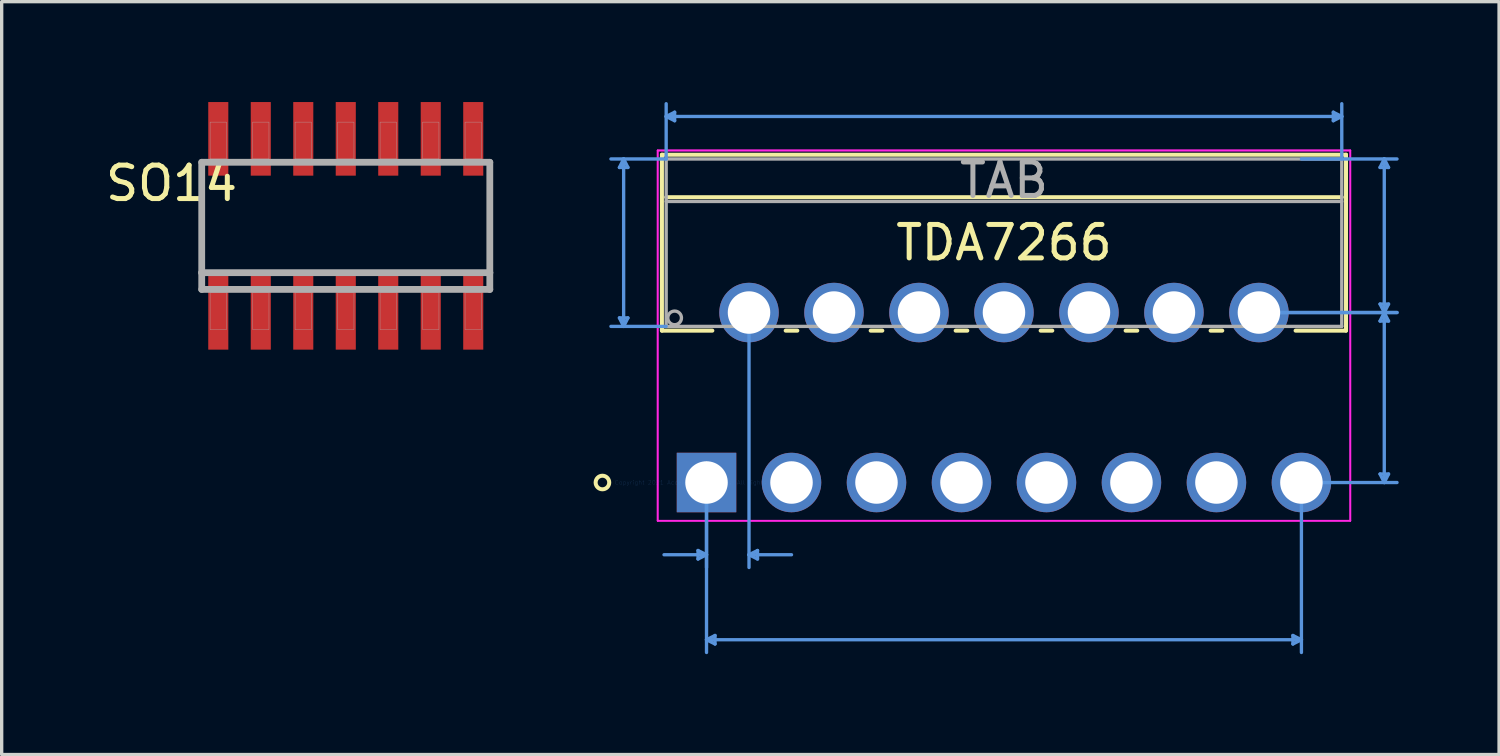
<source format=kicad_pcb>
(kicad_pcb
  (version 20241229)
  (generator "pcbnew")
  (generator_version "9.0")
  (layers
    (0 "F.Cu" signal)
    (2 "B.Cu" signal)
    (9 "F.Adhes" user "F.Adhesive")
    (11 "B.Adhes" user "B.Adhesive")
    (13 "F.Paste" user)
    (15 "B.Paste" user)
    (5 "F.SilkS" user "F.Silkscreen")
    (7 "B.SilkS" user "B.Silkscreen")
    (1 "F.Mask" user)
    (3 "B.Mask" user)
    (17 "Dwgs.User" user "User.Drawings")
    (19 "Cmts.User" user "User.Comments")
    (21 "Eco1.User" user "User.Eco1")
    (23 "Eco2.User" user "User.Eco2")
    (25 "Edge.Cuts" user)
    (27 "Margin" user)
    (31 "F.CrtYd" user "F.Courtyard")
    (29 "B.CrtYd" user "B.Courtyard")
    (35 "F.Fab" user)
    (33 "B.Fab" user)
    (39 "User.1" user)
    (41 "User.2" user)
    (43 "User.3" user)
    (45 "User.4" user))
  (footprint "SO14"
    (layer "F.Cu")
    (at 7.284 3.7)
    (property "Reference" "SO14" (at -5.207 -1.27 180) (layer "F.SilkS") (effects (font (size 1 1) (thickness 0.15))))
    (attr through_hole)
    (fp_line (start -4.305 -1.9) (end 4.305 -1.9) (stroke (width 0.203) (type solid)) (layer "F.Fab"))
    (fp_line (start -4.305 1.4) (end -4.305 -1.9) (stroke (width 0.203) (type solid)) (layer "F.Fab"))
    (fp_line (start -4.305 1.9) (end -4.305 1.4) (stroke (width 0.203) (type solid)) (layer "F.Fab"))
    (fp_line (start 4.305 -1.9) (end 4.305 1.4) (stroke (width 0.203) (type solid)) (layer "F.Fab"))
    (fp_line (start 4.305 1.4) (end -4.305 1.4) (stroke (width 0.203) (type solid)) (layer "F.Fab"))
    (fp_line (start 4.305 1.4) (end 4.305 1.9) (stroke (width 0.203) (type solid)) (layer "F.Fab"))
    (fp_line (start 4.305 1.9) (end -4.305 1.9) (stroke (width 0.203) (type solid)) (layer "F.Fab"))
    (fp_poly (pts (xy -4.055 -3.1) (xy -3.565 -3.1) (xy -3.565 -2) (xy -4.055 -2)) (stroke (width 0.01) (type solid)) (fill no) (layer "F.Fab"))
    (fp_poly (pts (xy -4.055 2) (xy -3.565 2) (xy -3.565 3.1) (xy -4.055 3.1)) (stroke (width 0.01) (type solid)) (fill no) (layer "F.Fab"))
    (fp_poly (pts (xy -2.785 -3.1) (xy -2.295 -3.1) (xy -2.295 -2) (xy -2.785 -2)) (stroke (width 0.01) (type solid)) (fill no) (layer "F.Fab"))
    (fp_poly (pts (xy -2.785 2) (xy -2.295 2) (xy -2.295 3.1) (xy -2.785 3.1)) (stroke (width 0.01) (type solid)) (fill no) (layer "F.Fab"))
    (fp_poly (pts (xy -1.515 -3.1) (xy -1.025 -3.1) (xy -1.025 -2) (xy -1.515 -2)) (stroke (width 0.01) (type solid)) (fill no) (layer "F.Fab"))
    (fp_poly (pts (xy -1.515 2) (xy -1.025 2) (xy -1.025 3.1) (xy -1.515 3.1)) (stroke (width 0.01) (type solid)) (fill no) (layer "F.Fab"))
    (fp_poly (pts (xy -0.245 -3.1) (xy 0.245 -3.1) (xy 0.245 -2) (xy -0.245 -2)) (stroke (width 0.01) (type solid)) (fill no) (layer "F.Fab"))
    (fp_poly (pts (xy -0.245 2) (xy 0.245 2) (xy 0.245 3.1) (xy -0.245 3.1)) (stroke (width 0.01) (type solid)) (fill no) (layer "F.Fab"))
    (fp_poly (pts (xy 1.025 -3.1) (xy 1.515 -3.1) (xy 1.515 -2) (xy 1.025 -2)) (stroke (width 0.01) (type solid)) (fill no) (layer "F.Fab"))
    (fp_poly (pts (xy 1.025 2) (xy 1.515 2) (xy 1.515 3.1) (xy 1.025 3.1)) (stroke (width 0.01) (type solid)) (fill no) (layer "F.Fab"))
    (fp_poly (pts (xy 2.295 -3.1) (xy 2.785 -3.1) (xy 2.785 -2) (xy 2.295 -2)) (stroke (width 0.01) (type solid)) (fill no) (layer "F.Fab"))
    (fp_poly (pts (xy 2.295 2) (xy 2.785 2) (xy 2.785 3.1) (xy 2.295 3.1)) (stroke (width 0.01) (type solid)) (fill no) (layer "F.Fab"))
    (fp_poly (pts (xy 3.565 -3.1) (xy 4.055 -3.1) (xy 4.055 -2) (xy 3.565 -2)) (stroke (width 0.01) (type solid)) (fill no) (layer "F.Fab"))
    (fp_poly (pts (xy 3.565 2) (xy 4.055 2) (xy 4.055 3.1) (xy 3.565 3.1)) (stroke (width 0.01) (type solid)) (fill no) (layer "F.Fab"))
    (pad "1" smd rect (at -3.81 2.6) (size 0.6 2.2) (layers "F.Cu" "F.Mask" "F.Paste"))
    (pad "2" smd rect (at -2.54 2.6) (size 0.6 2.2) (layers "F.Cu" "F.Mask" "F.Paste"))
    (pad "3" smd rect (at -1.27 2.6) (size 0.6 2.2) (layers "F.Cu" "F.Mask" "F.Paste"))
    (pad "4" smd rect (at 0 2.6) (size 0.6 2.2) (layers "F.Cu" "F.Mask" "F.Paste"))
    (pad "5" smd rect (at 1.27 2.6) (size 0.6 2.2) (layers "F.Cu" "F.Mask" "F.Paste"))
    (pad "6" smd rect (at 2.54 2.6) (size 0.6 2.2) (layers "F.Cu" "F.Mask" "F.Paste"))
    (pad "7" smd rect (at 3.81 2.6) (size 0.6 2.2) (layers "F.Cu" "F.Mask" "F.Paste"))
    (pad "8" smd rect (at 3.81 -2.6) (size 0.6 2.2) (layers "F.Cu" "F.Mask" "F.Paste"))
    (pad "9" smd rect (at 2.54 -2.6) (size 0.6 2.2) (layers "F.Cu" "F.Mask" "F.Paste"))
    (pad "10" smd rect (at 1.27 -2.6) (size 0.6 2.2) (layers "F.Cu" "F.Mask" "F.Paste"))
    (pad "11" smd rect (at 0 -2.6) (size 0.6 2.2) (layers "F.Cu" "F.Mask" "F.Paste"))
    (pad "12" smd rect (at -1.27 -2.6) (size 0.6 2.2) (layers "F.Cu" "F.Mask" "F.Paste"))
    (pad "13" smd rect (at -2.54 -2.6) (size 0.6 2.2) (layers "F.Cu" "F.Mask" "F.Paste"))
    (pad "14" smd rect (at -3.81 -2.6) (size 0.6 2.2) (layers "F.Cu" "F.Mask" "F.Paste")))
  (footprint "TDA7266"
    (layer "F.Cu")
    (at 18.066 11.371)
    (property "Reference" "TDA7266" (at 8.89 -7.168 0) (layer "F.SilkS") (effects (font (size 1 1) (thickness 0.15))))
    (attr through_hole)
    (fp_line (start -1.333 -9.797) (end -1.333 -4.539) (stroke (width 0.12) (type solid)) (layer "F.SilkS"))
    (fp_line (start -1.333 -4.539) (end 0.174 -4.539) (stroke (width 0.12) (type solid)) (layer "F.SilkS"))
    (fp_line (start -1.206 -8.527) (end 18.986 -8.527) (stroke (width 0.12) (type solid)) (layer "F.SilkS"))
    (fp_line (start 2.366 -4.539) (end 2.714 -4.539) (stroke (width 0.12) (type solid)) (layer "F.SilkS"))
    (fp_line (start 4.906 -4.539) (end 5.254 -4.539) (stroke (width 0.12) (type solid)) (layer "F.SilkS"))
    (fp_line (start 7.446 -4.539) (end 7.794 -4.539) (stroke (width 0.12) (type solid)) (layer "F.SilkS"))
    (fp_line (start 9.986 -4.539) (end 10.334 -4.539) (stroke (width 0.12) (type solid)) (layer "F.SilkS"))
    (fp_line (start 12.526 -4.539) (end 12.874 -4.539) (stroke (width 0.12) (type solid)) (layer "F.SilkS"))
    (fp_line (start 15.066 -4.539) (end 15.414 -4.539) (stroke (width 0.12) (type solid)) (layer "F.SilkS"))
    (fp_line (start 17.606 -4.539) (end 19.113 -4.539) (stroke (width 0.12) (type solid)) (layer "F.SilkS"))
    (fp_line (start 19.113 -9.797) (end -1.333 -9.797) (stroke (width 0.12) (type solid)) (layer "F.SilkS"))
    (fp_line (start 19.113 -4.539) (end 19.113 -9.797) (stroke (width 0.12) (type solid)) (layer "F.SilkS"))
    (fp_circle (center -3.111 0) (end -2.908 0) (stroke (width 0.12) (type solid)) (fill no) (layer "F.SilkS"))
    (fp_line (start -2.603 -9.416) (end -2.349 -9.416) (stroke (width 0.1) (type solid)) (layer "Cmts.User"))
    (fp_line (start -2.603 -4.92) (end -2.349 -4.92) (stroke (width 0.1) (type solid)) (layer "Cmts.User"))
    (fp_line (start -2.477 -9.67) (end -2.603 -9.416) (stroke (width 0.1) (type solid)) (layer "Cmts.User"))
    (fp_line (start -2.477 -9.67) (end -2.477 -4.666) (stroke (width 0.1) (type solid)) (layer "Cmts.User"))
    (fp_line (start -2.477 -9.67) (end -2.349 -9.416) (stroke (width 0.1) (type solid)) (layer "Cmts.User"))
    (fp_line (start -2.477 -4.666) (end -2.603 -4.92) (stroke (width 0.1) (type solid)) (layer "Cmts.User"))
    (fp_line (start -2.477 -4.666) (end -2.349 -4.92) (stroke (width 0.1) (type solid)) (layer "Cmts.User"))
    (fp_line (start -1.206 -10.94) (end -0.953 -11.067) (stroke (width 0.1) (type solid)) (layer "Cmts.User"))
    (fp_line (start -1.206 -10.94) (end -0.953 -10.813) (stroke (width 0.1) (type solid)) (layer "Cmts.User"))
    (fp_line (start -1.206 -10.94) (end 18.986 -10.94) (stroke (width 0.1) (type solid)) (layer "Cmts.User"))
    (fp_line (start -1.206 -9.67) (end -2.857 -9.67) (stroke (width 0.1) (type solid)) (layer "Cmts.User"))
    (fp_line (start -1.206 -9.67) (end -1.206 -11.321) (stroke (width 0.1) (type solid)) (layer "Cmts.User"))
    (fp_line (start -1.206 -4.666) (end -2.857 -4.666) (stroke (width 0.1) (type solid)) (layer "Cmts.User"))
    (fp_line (start -0.953 -11.067) (end -0.953 -10.813) (stroke (width 0.1) (type solid)) (layer "Cmts.User"))
    (fp_line (start -0.254 2.032) (end -0.254 2.286) (stroke (width 0.1) (type solid)) (layer "Cmts.User"))
    (fp_line (start 0 0) (end 0 2.54) (stroke (width 0.1) (type solid)) (layer "Cmts.User"))
    (fp_line (start 0 0) (end 0 5.08) (stroke (width 0.1) (type solid)) (layer "Cmts.User"))
    (fp_line (start 0 2.159) (end -1.27 2.159) (stroke (width 0.1) (type solid)) (layer "Cmts.User"))
    (fp_line (start 0 2.159) (end -0.254 2.032) (stroke (width 0.1) (type solid)) (layer "Cmts.User"))
    (fp_line (start 0 2.159) (end -0.254 2.286) (stroke (width 0.1) (type solid)) (layer "Cmts.User"))
    (fp_line (start 0 4.699) (end 0.254 4.572) (stroke (width 0.1) (type solid)) (layer "Cmts.User"))
    (fp_line (start 0 4.699) (end 0.254 4.826) (stroke (width 0.1) (type solid)) (layer "Cmts.User"))
    (fp_line (start 0 4.699) (end 17.78 4.699) (stroke (width 0.1) (type solid)) (layer "Cmts.User"))
    (fp_line (start 0.254 4.572) (end 0.254 4.826) (stroke (width 0.1) (type solid)) (layer "Cmts.User"))
    (fp_line (start 1.27 -5.08) (end 1.27 2.54) (stroke (width 0.1) (type solid)) (layer "Cmts.User"))
    (fp_line (start 1.27 2.159) (end 1.524 2.032) (stroke (width 0.1) (type solid)) (layer "Cmts.User"))
    (fp_line (start 1.27 2.159) (end 1.524 2.286) (stroke (width 0.1) (type solid)) (layer "Cmts.User"))
    (fp_line (start 1.27 2.159) (end 2.54 2.159) (stroke (width 0.1) (type solid)) (layer "Cmts.User"))
    (fp_line (start 1.524 2.032) (end 1.524 2.286) (stroke (width 0.1) (type solid)) (layer "Cmts.User"))
    (fp_line (start 16.51 -5.08) (end 20.637 -5.08) (stroke (width 0.1) (type solid)) (layer "Cmts.User"))
    (fp_line (start 16.51 -5.08) (end 20.637 -5.08) (stroke (width 0.1) (type solid)) (layer "Cmts.User"))
    (fp_line (start 17.526 4.572) (end 17.526 4.826) (stroke (width 0.1) (type solid)) (layer "Cmts.User"))
    (fp_line (start 17.78 -9.67) (end 20.637 -9.67) (stroke (width 0.1) (type solid)) (layer "Cmts.User"))
    (fp_line (start 17.78 0) (end 17.78 5.08) (stroke (width 0.1) (type solid)) (layer "Cmts.User"))
    (fp_line (start 17.78 0) (end 20.637 0) (stroke (width 0.1) (type solid)) (layer "Cmts.User"))
    (fp_line (start 17.78 4.699) (end 17.526 4.572) (stroke (width 0.1) (type solid)) (layer "Cmts.User"))
    (fp_line (start 17.78 4.699) (end 17.526 4.826) (stroke (width 0.1) (type solid)) (layer "Cmts.User"))
    (fp_line (start 18.733 -11.067) (end 18.733 -10.813) (stroke (width 0.1) (type solid)) (layer "Cmts.User"))
    (fp_line (start 18.986 -10.94) (end 18.733 -11.067) (stroke (width 0.1) (type solid)) (layer "Cmts.User"))
    (fp_line (start 18.986 -10.94) (end 18.733 -10.813) (stroke (width 0.1) (type solid)) (layer "Cmts.User"))
    (fp_line (start 18.986 -9.67) (end 18.986 -11.321) (stroke (width 0.1) (type solid)) (layer "Cmts.User"))
    (fp_line (start 20.13 -9.416) (end 20.384 -9.416) (stroke (width 0.1) (type solid)) (layer "Cmts.User"))
    (fp_line (start 20.13 -5.334) (end 20.384 -5.334) (stroke (width 0.1) (type solid)) (layer "Cmts.User"))
    (fp_line (start 20.13 -4.826) (end 20.384 -4.826) (stroke (width 0.1) (type solid)) (layer "Cmts.User"))
    (fp_line (start 20.13 -0.254) (end 20.384 -0.254) (stroke (width 0.1) (type solid)) (layer "Cmts.User"))
    (fp_line (start 20.256 -9.67) (end 20.13 -9.416) (stroke (width 0.1) (type solid)) (layer "Cmts.User"))
    (fp_line (start 20.256 -9.67) (end 20.256 -5.08) (stroke (width 0.1) (type solid)) (layer "Cmts.User"))
    (fp_line (start 20.256 -9.67) (end 20.384 -9.416) (stroke (width 0.1) (type solid)) (layer "Cmts.User"))
    (fp_line (start 20.256 -5.08) (end 20.13 -5.334) (stroke (width 0.1) (type solid)) (layer "Cmts.User"))
    (fp_line (start 20.256 -5.08) (end 20.13 -4.826) (stroke (width 0.1) (type solid)) (layer "Cmts.User"))
    (fp_line (start 20.256 -5.08) (end 20.256 0) (stroke (width 0.1) (type solid)) (layer "Cmts.User"))
    (fp_line (start 20.256 -5.08) (end 20.384 -5.334) (stroke (width 0.1) (type solid)) (layer "Cmts.User"))
    (fp_line (start 20.256 -5.08) (end 20.384 -4.826) (stroke (width 0.1) (type solid)) (layer "Cmts.User"))
    (fp_line (start 20.256 0) (end 20.13 -0.254) (stroke (width 0.1) (type solid)) (layer "Cmts.User"))
    (fp_line (start 20.256 0) (end 20.384 -0.254) (stroke (width 0.1) (type solid)) (layer "Cmts.User"))
    (fp_line (start -1.46 -9.924) (end -1.46 1.143) (stroke (width 0.05) (type solid)) (layer "F.CrtYd"))
    (fp_line (start -1.46 -9.924) (end -1.46 1.143) (stroke (width 0.05) (type solid)) (layer "F.CrtYd"))
    (fp_line (start -1.46 1.143) (end 19.241 1.143) (stroke (width 0.05) (type solid)) (layer "F.CrtYd"))
    (fp_line (start -1.46 1.143) (end 19.241 1.143) (stroke (width 0.05) (type solid)) (layer "F.CrtYd"))
    (fp_line (start 19.241 -9.924) (end -1.46 -9.924) (stroke (width 0.05) (type solid)) (layer "F.CrtYd"))
    (fp_line (start 19.241 -9.924) (end -1.46 -9.924) (stroke (width 0.05) (type solid)) (layer "F.CrtYd"))
    (fp_line (start 19.241 1.143) (end 19.241 -9.924) (stroke (width 0.05) (type solid)) (layer "F.CrtYd"))
    (fp_line (start 19.241 1.143) (end 19.241 -9.924) (stroke (width 0.05) (type solid)) (layer "F.CrtYd"))
    (fp_line (start -1.206 -9.67) (end -1.206 -4.666) (stroke (width 0.1) (type solid)) (layer "F.Fab"))
    (fp_line (start -1.206 -8.4) (end 18.986 -8.4) (stroke (width 0.1) (type solid)) (layer "F.Fab"))
    (fp_line (start -1.206 -4.666) (end 18.986 -4.666) (stroke (width 0.1) (type solid)) (layer "F.Fab"))
    (fp_line (start 18.986 -9.67) (end -1.206 -9.67) (stroke (width 0.1) (type solid)) (layer "F.Fab"))
    (fp_line (start 18.986 -4.666) (end 18.986 -9.67) (stroke (width 0.1) (type solid)) (layer "F.Fab"))
    (fp_circle (center -0.953 -4.92) (end -0.749 -4.92) (stroke (width 0.1) (type solid)) (fill no) (layer "F.Fab"))
    (fp_text user "*" (at 0 0 0) (layer "F.SilkS") (effects (font (size 1 1) (thickness 0.15))))
    (fp_text user "Copyright 2021 Accelerated Designs. All rights reserved." (at 0 0 0) (layer "Cmts.User") (effects (font (size 0.127 0.127) (thickness 0.002))))
    (fp_text user "*" (at 0 0 0) (layer "F.Fab") (effects (font (size 1 1) (thickness 0.15))))
    (fp_text user "TAB" (at 8.89 -9.035 0) (layer "F.Fab") (effects (font (size 1 1) (thickness 0.15))))
    (pad "1" thru_hole rect (at 0 0) (size 1.778 1.778) (drill 1.27) (layers "*.Cu" "*.Mask"))
    (pad "2" thru_hole circle (at 1.27 -5.08) (size 1.778 1.778) (drill 1.27) (layers "*.Cu" "*.Mask"))
    (pad "3" thru_hole circle (at 2.54 0) (size 1.778 1.778) (drill 1.27) (layers "*.Cu" "*.Mask"))
    (pad "4" thru_hole circle (at 3.81 -5.08) (size 1.778 1.778) (drill 1.27) (layers "*.Cu" "*.Mask"))
    (pad "5" thru_hole circle (at 5.08 0) (size 1.778 1.778) (drill 1.27) (layers "*.Cu" "*.Mask"))
    (pad "6" thru_hole circle (at 6.35 -5.08) (size 1.778 1.778) (drill 1.27) (layers "*.Cu" "*.Mask"))
    (pad "7" thru_hole circle (at 7.62 0) (size 1.778 1.778) (drill 1.27) (layers "*.Cu" "*.Mask"))
    (pad "8" thru_hole circle (at 8.89 -5.08) (size 1.778 1.778) (drill 1.27) (layers "*.Cu" "*.Mask"))
    (pad "9" thru_hole circle (at 10.16 0) (size 1.778 1.778) (drill 1.27) (layers "*.Cu" "*.Mask"))
    (pad "10" thru_hole circle (at 11.43 -5.08) (size 1.778 1.778) (drill 1.27) (layers "*.Cu" "*.Mask"))
    (pad "11" thru_hole circle (at 12.7 0) (size 1.778 1.778) (drill 1.27) (layers "*.Cu" "*.Mask"))
    (pad "12" thru_hole circle (at 13.97 -5.08) (size 1.778 1.778) (drill 1.27) (layers "*.Cu" "*.Mask"))
    (pad "13" thru_hole circle (at 15.24 0) (size 1.778 1.778) (drill 1.27) (layers "*.Cu" "*.Mask"))
    (pad "14" thru_hole circle (at 16.51 -5.08) (size 1.778 1.778) (drill 1.27) (layers "*.Cu" "*.Mask"))
    (pad "15" thru_hole circle (at 17.78 0) (size 1.778 1.778) (drill 1.27) (layers "*.Cu" "*.Mask")))
  (gr_rect
    (start -3 -3)
    (end 41.753 19.501)
    (stroke (width 0.1) (type default))
    (fill no)
    (layer "Edge.Cuts")))
</source>
